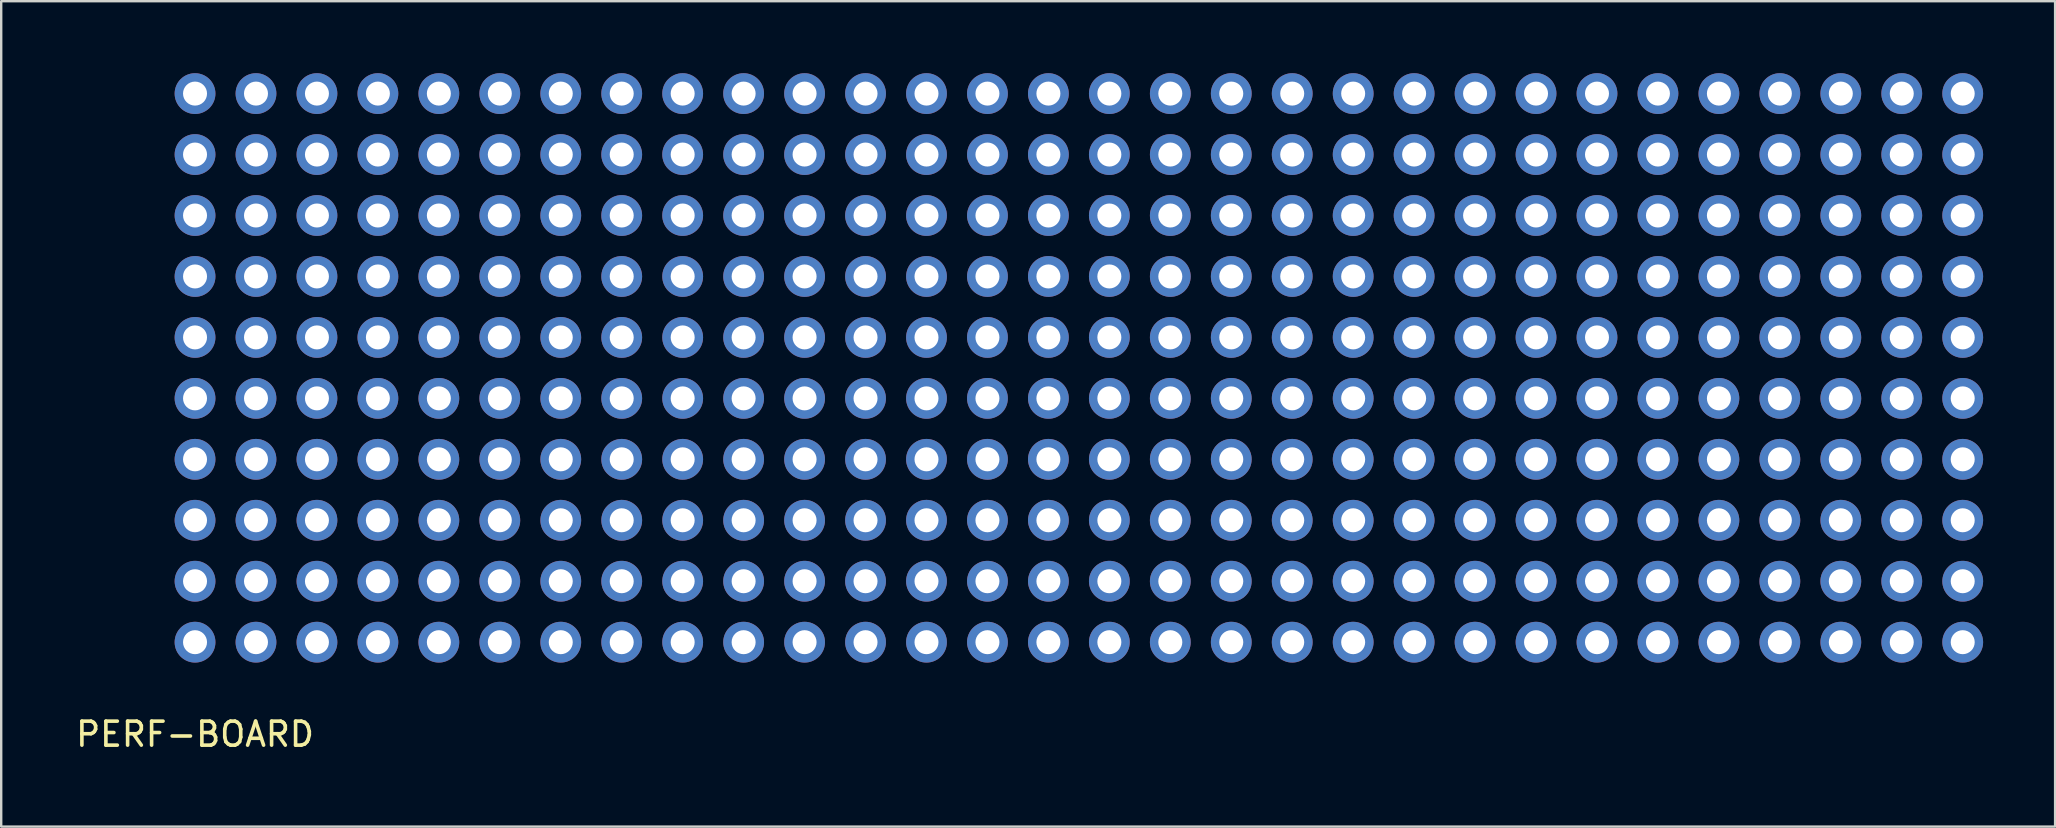
<source format=kicad_pcb>
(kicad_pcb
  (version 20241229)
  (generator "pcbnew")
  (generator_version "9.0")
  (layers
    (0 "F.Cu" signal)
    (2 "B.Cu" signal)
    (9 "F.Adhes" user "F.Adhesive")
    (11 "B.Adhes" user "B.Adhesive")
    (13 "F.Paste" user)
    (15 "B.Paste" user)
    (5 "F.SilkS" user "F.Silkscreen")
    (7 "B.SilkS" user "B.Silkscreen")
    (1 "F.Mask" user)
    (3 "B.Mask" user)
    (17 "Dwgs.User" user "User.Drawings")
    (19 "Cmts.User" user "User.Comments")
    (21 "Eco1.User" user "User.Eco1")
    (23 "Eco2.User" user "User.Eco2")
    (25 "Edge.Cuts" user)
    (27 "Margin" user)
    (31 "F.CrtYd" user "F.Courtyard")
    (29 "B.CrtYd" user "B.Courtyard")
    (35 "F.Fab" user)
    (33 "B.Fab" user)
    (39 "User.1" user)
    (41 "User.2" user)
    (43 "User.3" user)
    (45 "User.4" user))
  (footprint "PERF-BOARD"
    (layer "F.Cu")
    (at 5.077 0.85)
    (property "Reference" "PERF-BOARD" (at 0 26.695 0) (layer "F.SilkS") (effects (font (size 1 1) (thickness 0.15))))
    (attr through_hole)
    (pad "1" thru_hole oval (at 0 0) (size 1.7 1.7) (drill oval 1) (layers "*.Cu" "*.Mask"))
    (pad "12" thru_hole oval (at 0 2.54) (size 1.7 1.7) (drill oval 1) (layers "*.Cu" "*.Mask"))
    (pad "13" thru_hole oval (at 0 5.08) (size 1.7 1.7) (drill oval 1) (layers "*.Cu" "*.Mask"))
    (pad "14" thru_hole oval (at 0 7.62) (size 1.7 1.7) (drill oval 1) (layers "*.Cu" "*.Mask"))
    (pad "15" thru_hole oval (at 0 10.16) (size 1.7 1.7) (drill oval 1) (layers "*.Cu" "*.Mask"))
    (pad "16" thru_hole oval (at 0 12.7) (size 1.7 1.7) (drill oval 1) (layers "*.Cu" "*.Mask"))
    (pad "17" thru_hole oval (at 0 15.24) (size 1.7 1.7) (drill oval 1) (layers "*.Cu" "*.Mask"))
    (pad "18" thru_hole oval (at 0 17.78) (size 1.7 1.7) (drill oval 1) (layers "*.Cu" "*.Mask"))
    (pad "19" thru_hole oval (at 0 20.32) (size 1.7 1.7) (drill oval 1) (layers "*.Cu" "*.Mask"))
    (pad "21" thru_hole oval (at 2.54 0) (size 1.7 1.7) (drill oval 1) (layers "*.Cu" "*.Mask"))
    (pad "22" thru_hole oval (at 2.54 2.54) (size 1.7 1.7) (drill oval 1) (layers "*.Cu" "*.Mask"))
    (pad "23" thru_hole oval (at 2.54 5.08) (size 1.7 1.7) (drill oval 1) (layers "*.Cu" "*.Mask"))
    (pad "24" thru_hole oval (at 2.54 7.62) (size 1.7 1.7) (drill oval 1) (layers "*.Cu" "*.Mask"))
    (pad "25" thru_hole oval (at 2.54 10.16) (size 1.7 1.7) (drill oval 1) (layers "*.Cu" "*.Mask"))
    (pad "26" thru_hole oval (at 2.54 12.7) (size 1.7 1.7) (drill oval 1) (layers "*.Cu" "*.Mask"))
    (pad "27" thru_hole oval (at 2.54 15.24) (size 1.7 1.7) (drill oval 1) (layers "*.Cu" "*.Mask"))
    (pad "28" thru_hole oval (at 2.54 17.78) (size 1.7 1.7) (drill oval 1) (layers "*.Cu" "*.Mask"))
    (pad "29" thru_hole oval (at 2.54 20.32) (size 1.7 1.7) (drill oval 1) (layers "*.Cu" "*.Mask"))
    (pad "31" thru_hole oval (at 5.08 0) (size 1.7 1.7) (drill oval 1) (layers "*.Cu" "*.Mask"))
    (pad "32" thru_hole oval (at 5.08 2.54) (size 1.7 1.7) (drill oval 1) (layers "*.Cu" "*.Mask"))
    (pad "33" thru_hole oval (at 5.08 5.08) (size 1.7 1.7) (drill oval 1) (layers "*.Cu" "*.Mask"))
    (pad "34" thru_hole oval (at 5.08 7.62) (size 1.7 1.7) (drill oval 1) (layers "*.Cu" "*.Mask"))
    (pad "35" thru_hole oval (at 5.08 10.16) (size 1.7 1.7) (drill oval 1) (layers "*.Cu" "*.Mask"))
    (pad "36" thru_hole oval (at 5.08 12.7) (size 1.7 1.7) (drill oval 1) (layers "*.Cu" "*.Mask"))
    (pad "37" thru_hole oval (at 5.08 15.24) (size 1.7 1.7) (drill oval 1) (layers "*.Cu" "*.Mask"))
    (pad "38" thru_hole oval (at 5.08 17.78) (size 1.7 1.7) (drill oval 1) (layers "*.Cu" "*.Mask"))
    (pad "39" thru_hole oval (at 5.08 20.32) (size 1.7 1.7) (drill oval 1) (layers "*.Cu" "*.Mask"))
    (pad "41" thru_hole oval (at 7.62 0) (size 1.7 1.7) (drill oval 1) (layers "*.Cu" "*.Mask"))
    (pad "42" thru_hole oval (at 7.62 2.54) (size 1.7 1.7) (drill oval 1) (layers "*.Cu" "*.Mask"))
    (pad "43" thru_hole oval (at 7.62 5.08) (size 1.7 1.7) (drill oval 1) (layers "*.Cu" "*.Mask"))
    (pad "44" thru_hole oval (at 7.62 7.62) (size 1.7 1.7) (drill oval 1) (layers "*.Cu" "*.Mask"))
    (pad "45" thru_hole oval (at 7.62 10.16) (size 1.7 1.7) (drill oval 1) (layers "*.Cu" "*.Mask"))
    (pad "46" thru_hole oval (at 7.62 12.7) (size 1.7 1.7) (drill oval 1) (layers "*.Cu" "*.Mask"))
    (pad "47" thru_hole oval (at 7.62 15.24) (size 1.7 1.7) (drill oval 1) (layers "*.Cu" "*.Mask"))
    (pad "48" thru_hole oval (at 7.62 17.78) (size 1.7 1.7) (drill oval 1) (layers "*.Cu" "*.Mask"))
    (pad "49" thru_hole oval (at 7.62 20.32) (size 1.7 1.7) (drill oval 1) (layers "*.Cu" "*.Mask"))
    (pad "51" thru_hole oval (at 10.16 0) (size 1.7 1.7) (drill oval 1) (layers "*.Cu" "*.Mask"))
    (pad "52" thru_hole oval (at 10.16 2.54) (size 1.7 1.7) (drill oval 1) (layers "*.Cu" "*.Mask"))
    (pad "53" thru_hole oval (at 10.16 5.08) (size 1.7 1.7) (drill oval 1) (layers "*.Cu" "*.Mask"))
    (pad "54" thru_hole oval (at 10.16 7.62) (size 1.7 1.7) (drill oval 1) (layers "*.Cu" "*.Mask"))
    (pad "55" thru_hole oval (at 10.16 10.16) (size 1.7 1.7) (drill oval 1) (layers "*.Cu" "*.Mask"))
    (pad "56" thru_hole oval (at 10.16 12.7) (size 1.7 1.7) (drill oval 1) (layers "*.Cu" "*.Mask"))
    (pad "57" thru_hole oval (at 10.16 15.24) (size 1.7 1.7) (drill oval 1) (layers "*.Cu" "*.Mask"))
    (pad "58" thru_hole oval (at 10.16 17.78) (size 1.7 1.7) (drill oval 1) (layers "*.Cu" "*.Mask"))
    (pad "59" thru_hole oval (at 10.16 20.32) (size 1.7 1.7) (drill oval 1) (layers "*.Cu" "*.Mask"))
    (pad "61" thru_hole oval (at 12.7 0) (size 1.7 1.7) (drill oval 1) (layers "*.Cu" "*.Mask"))
    (pad "62" thru_hole oval (at 12.7 2.54) (size 1.7 1.7) (drill oval 1) (layers "*.Cu" "*.Mask"))
    (pad "63" thru_hole oval (at 12.7 5.08) (size 1.7 1.7) (drill oval 1) (layers "*.Cu" "*.Mask"))
    (pad "64" thru_hole oval (at 12.7 7.62) (size 1.7 1.7) (drill oval 1) (layers "*.Cu" "*.Mask"))
    (pad "65" thru_hole oval (at 12.7 10.16) (size 1.7 1.7) (drill oval 1) (layers "*.Cu" "*.Mask"))
    (pad "66" thru_hole oval (at 12.7 12.7) (size 1.7 1.7) (drill oval 1) (layers "*.Cu" "*.Mask"))
    (pad "67" thru_hole oval (at 12.7 15.24) (size 1.7 1.7) (drill oval 1) (layers "*.Cu" "*.Mask"))
    (pad "68" thru_hole oval (at 12.7 17.78) (size 1.7 1.7) (drill oval 1) (layers "*.Cu" "*.Mask"))
    (pad "69" thru_hole oval (at 12.7 20.32) (size 1.7 1.7) (drill oval 1) (layers "*.Cu" "*.Mask"))
    (pad "71" thru_hole oval (at 15.24 0) (size 1.7 1.7) (drill oval 1) (layers "*.Cu" "*.Mask"))
    (pad "72" thru_hole oval (at 15.24 2.54) (size 1.7 1.7) (drill oval 1) (layers "*.Cu" "*.Mask"))
    (pad "73" thru_hole oval (at 15.24 5.08) (size 1.7 1.7) (drill oval 1) (layers "*.Cu" "*.Mask"))
    (pad "74" thru_hole oval (at 15.24 7.62) (size 1.7 1.7) (drill oval 1) (layers "*.Cu" "*.Mask"))
    (pad "75" thru_hole oval (at 15.24 10.16) (size 1.7 1.7) (drill oval 1) (layers "*.Cu" "*.Mask"))
    (pad "76" thru_hole oval (at 15.24 12.7) (size 1.7 1.7) (drill oval 1) (layers "*.Cu" "*.Mask"))
    (pad "77" thru_hole oval (at 15.24 15.24) (size 1.7 1.7) (drill oval 1) (layers "*.Cu" "*.Mask"))
    (pad "78" thru_hole oval (at 15.24 17.78) (size 1.7 1.7) (drill oval 1) (layers "*.Cu" "*.Mask"))
    (pad "79" thru_hole oval (at 15.24 20.32) (size 1.7 1.7) (drill oval 1) (layers "*.Cu" "*.Mask"))
    (pad "81" thru_hole oval (at 17.78 0) (size 1.7 1.7) (drill oval 1) (layers "*.Cu" "*.Mask"))
    (pad "82" thru_hole oval (at 17.78 2.54) (size 1.7 1.7) (drill oval 1) (layers "*.Cu" "*.Mask"))
    (pad "83" thru_hole oval (at 17.78 5.08) (size 1.7 1.7) (drill oval 1) (layers "*.Cu" "*.Mask"))
    (pad "84" thru_hole oval (at 17.78 7.62) (size 1.7 1.7) (drill oval 1) (layers "*.Cu" "*.Mask"))
    (pad "85" thru_hole oval (at 17.78 10.16) (size 1.7 1.7) (drill oval 1) (layers "*.Cu" "*.Mask"))
    (pad "86" thru_hole oval (at 17.78 12.7) (size 1.7 1.7) (drill oval 1) (layers "*.Cu" "*.Mask"))
    (pad "87" thru_hole oval (at 17.78 15.24) (size 1.7 1.7) (drill oval 1) (layers "*.Cu" "*.Mask"))
    (pad "88" thru_hole oval (at 17.78 17.78) (size 1.7 1.7) (drill oval 1) (layers "*.Cu" "*.Mask"))
    (pad "89" thru_hole oval (at 17.78 20.32) (size 1.7 1.7) (drill oval 1) (layers "*.Cu" "*.Mask"))
    (pad "91" thru_hole oval (at 20.32 0) (size 1.7 1.7) (drill oval 1) (layers "*.Cu" "*.Mask"))
    (pad "92" thru_hole oval (at 20.32 2.54) (size 1.7 1.7) (drill oval 1) (layers "*.Cu" "*.Mask"))
    (pad "93" thru_hole oval (at 20.32 5.08) (size 1.7 1.7) (drill oval 1) (layers "*.Cu" "*.Mask"))
    (pad "94" thru_hole oval (at 20.32 7.62) (size 1.7 1.7) (drill oval 1) (layers "*.Cu" "*.Mask"))
    (pad "95" thru_hole oval (at 20.32 10.16) (size 1.7 1.7) (drill oval 1) (layers "*.Cu" "*.Mask"))
    (pad "96" thru_hole oval (at 20.32 12.7) (size 1.7 1.7) (drill oval 1) (layers "*.Cu" "*.Mask"))
    (pad "97" thru_hole oval (at 20.32 15.24) (size 1.7 1.7) (drill oval 1) (layers "*.Cu" "*.Mask"))
    (pad "98" thru_hole oval (at 20.32 17.78) (size 1.7 1.7) (drill oval 1) (layers "*.Cu" "*.Mask"))
    (pad "99" thru_hole oval (at 20.32 20.32) (size 1.7 1.7) (drill oval 1) (layers "*.Cu" "*.Mask"))
    (pad "101" thru_hole oval (at 22.86 0) (size 1.7 1.7) (drill oval 1) (layers "*.Cu" "*.Mask"))
    (pad "102" thru_hole oval (at 22.86 2.54) (size 1.7 1.7) (drill oval 1) (layers "*.Cu" "*.Mask"))
    (pad "103" thru_hole oval (at 22.86 5.08) (size 1.7 1.7) (drill oval 1) (layers "*.Cu" "*.Mask"))
    (pad "104" thru_hole oval (at 22.86 7.62) (size 1.7 1.7) (drill oval 1) (layers "*.Cu" "*.Mask"))
    (pad "105" thru_hole oval (at 22.86 10.16) (size 1.7 1.7) (drill oval 1) (layers "*.Cu" "*.Mask"))
    (pad "106" thru_hole oval (at 22.86 12.7) (size 1.7 1.7) (drill oval 1) (layers "*.Cu" "*.Mask"))
    (pad "107" thru_hole oval (at 22.86 15.24) (size 1.7 1.7) (drill oval 1) (layers "*.Cu" "*.Mask"))
    (pad "108" thru_hole oval (at 22.86 17.78) (size 1.7 1.7) (drill oval 1) (layers "*.Cu" "*.Mask"))
    (pad "109" thru_hole oval (at 22.86 20.32) (size 1.7 1.7) (drill oval 1) (layers "*.Cu" "*.Mask"))
    (pad "110" thru_hole oval (at 0 22.86) (size 1.7 1.7) (drill oval 1) (layers "*.Cu" "*.Mask"))
    (pad "111" thru_hole oval (at 25.4 0) (size 1.7 1.7) (drill oval 1) (layers "*.Cu" "*.Mask"))
    (pad "112" thru_hole oval (at 25.4 2.54) (size 1.7 1.7) (drill oval 1) (layers "*.Cu" "*.Mask"))
    (pad "113" thru_hole oval (at 25.4 5.08) (size 1.7 1.7) (drill oval 1) (layers "*.Cu" "*.Mask"))
    (pad "114" thru_hole oval (at 25.4 7.62) (size 1.7 1.7) (drill oval 1) (layers "*.Cu" "*.Mask"))
    (pad "115" thru_hole oval (at 25.4 10.16) (size 1.7 1.7) (drill oval 1) (layers "*.Cu" "*.Mask"))
    (pad "116" thru_hole oval (at 25.4 12.7) (size 1.7 1.7) (drill oval 1) (layers "*.Cu" "*.Mask"))
    (pad "117" thru_hole oval (at 25.4 15.24) (size 1.7 1.7) (drill oval 1) (layers "*.Cu" "*.Mask"))
    (pad "118" thru_hole oval (at 25.4 17.78) (size 1.7 1.7) (drill oval 1) (layers "*.Cu" "*.Mask"))
    (pad "119" thru_hole oval (at 25.4 20.32) (size 1.7 1.7) (drill oval 1) (layers "*.Cu" "*.Mask"))
    (pad "121" thru_hole oval (at 27.94 0) (size 1.7 1.7) (drill oval 1) (layers "*.Cu" "*.Mask"))
    (pad "122" thru_hole oval (at 27.94 2.54) (size 1.7 1.7) (drill oval 1) (layers "*.Cu" "*.Mask"))
    (pad "123" thru_hole oval (at 27.94 5.08) (size 1.7 1.7) (drill oval 1) (layers "*.Cu" "*.Mask"))
    (pad "124" thru_hole oval (at 27.94 7.62) (size 1.7 1.7) (drill oval 1) (layers "*.Cu" "*.Mask"))
    (pad "125" thru_hole oval (at 27.94 10.16) (size 1.7 1.7) (drill oval 1) (layers "*.Cu" "*.Mask"))
    (pad "126" thru_hole oval (at 27.94 12.7) (size 1.7 1.7) (drill oval 1) (layers "*.Cu" "*.Mask"))
    (pad "127" thru_hole oval (at 27.94 15.24) (size 1.7 1.7) (drill oval 1) (layers "*.Cu" "*.Mask"))
    (pad "128" thru_hole oval (at 27.94 17.78) (size 1.7 1.7) (drill oval 1) (layers "*.Cu" "*.Mask"))
    (pad "129" thru_hole oval (at 27.94 20.32) (size 1.7 1.7) (drill oval 1) (layers "*.Cu" "*.Mask"))
    (pad "131" thru_hole oval (at 30.48 0) (size 1.7 1.7) (drill oval 1) (layers "*.Cu" "*.Mask"))
    (pad "132" thru_hole oval (at 30.48 2.54) (size 1.7 1.7) (drill oval 1) (layers "*.Cu" "*.Mask"))
    (pad "133" thru_hole oval (at 30.48 5.08) (size 1.7 1.7) (drill oval 1) (layers "*.Cu" "*.Mask"))
    (pad "134" thru_hole oval (at 30.48 7.62) (size 1.7 1.7) (drill oval 1) (layers "*.Cu" "*.Mask"))
    (pad "135" thru_hole oval (at 30.48 10.16) (size 1.7 1.7) (drill oval 1) (layers "*.Cu" "*.Mask"))
    (pad "136" thru_hole oval (at 30.48 12.7) (size 1.7 1.7) (drill oval 1) (layers "*.Cu" "*.Mask"))
    (pad "137" thru_hole oval (at 30.48 15.24) (size 1.7 1.7) (drill oval 1) (layers "*.Cu" "*.Mask"))
    (pad "138" thru_hole oval (at 30.48 17.78) (size 1.7 1.7) (drill oval 1) (layers "*.Cu" "*.Mask"))
    (pad "139" thru_hole oval (at 30.48 20.32) (size 1.7 1.7) (drill oval 1) (layers "*.Cu" "*.Mask"))
    (pad "141" thru_hole oval (at 33.02 0) (size 1.7 1.7) (drill oval 1) (layers "*.Cu" "*.Mask"))
    (pad "142" thru_hole oval (at 33.02 2.54) (size 1.7 1.7) (drill oval 1) (layers "*.Cu" "*.Mask"))
    (pad "143" thru_hole oval (at 33.02 5.08) (size 1.7 1.7) (drill oval 1) (layers "*.Cu" "*.Mask"))
    (pad "144" thru_hole oval (at 33.02 7.62) (size 1.7 1.7) (drill oval 1) (layers "*.Cu" "*.Mask"))
    (pad "145" thru_hole oval (at 33.02 10.16) (size 1.7 1.7) (drill oval 1) (layers "*.Cu" "*.Mask"))
    (pad "146" thru_hole oval (at 33.02 12.7) (size 1.7 1.7) (drill oval 1) (layers "*.Cu" "*.Mask"))
    (pad "147" thru_hole oval (at 33.02 15.24) (size 1.7 1.7) (drill oval 1) (layers "*.Cu" "*.Mask"))
    (pad "148" thru_hole oval (at 33.02 17.78) (size 1.7 1.7) (drill oval 1) (layers "*.Cu" "*.Mask"))
    (pad "149" thru_hole oval (at 33.02 20.32) (size 1.7 1.7) (drill oval 1) (layers "*.Cu" "*.Mask"))
    (pad "151" thru_hole oval (at 35.56 0) (size 1.7 1.7) (drill oval 1) (layers "*.Cu" "*.Mask"))
    (pad "152" thru_hole oval (at 35.56 2.54) (size 1.7 1.7) (drill oval 1) (layers "*.Cu" "*.Mask"))
    (pad "153" thru_hole oval (at 35.56 5.08) (size 1.7 1.7) (drill oval 1) (layers "*.Cu" "*.Mask"))
    (pad "154" thru_hole oval (at 35.56 7.62) (size 1.7 1.7) (drill oval 1) (layers "*.Cu" "*.Mask"))
    (pad "155" thru_hole oval (at 35.56 10.16) (size 1.7 1.7) (drill oval 1) (layers "*.Cu" "*.Mask"))
    (pad "156" thru_hole oval (at 35.56 12.7) (size 1.7 1.7) (drill oval 1) (layers "*.Cu" "*.Mask"))
    (pad "157" thru_hole oval (at 35.56 15.24) (size 1.7 1.7) (drill oval 1) (layers "*.Cu" "*.Mask"))
    (pad "158" thru_hole oval (at 35.56 17.78) (size 1.7 1.7) (drill oval 1) (layers "*.Cu" "*.Mask"))
    (pad "159" thru_hole oval (at 35.56 20.32) (size 1.7 1.7) (drill oval 1) (layers "*.Cu" "*.Mask"))
    (pad "161" thru_hole oval (at 38.1 0) (size 1.7 1.7) (drill oval 1) (layers "*.Cu" "*.Mask"))
    (pad "162" thru_hole oval (at 38.1 2.54) (size 1.7 1.7) (drill oval 1) (layers "*.Cu" "*.Mask"))
    (pad "163" thru_hole oval (at 38.1 5.08) (size 1.7 1.7) (drill oval 1) (layers "*.Cu" "*.Mask"))
    (pad "164" thru_hole oval (at 38.1 7.62) (size 1.7 1.7) (drill oval 1) (layers "*.Cu" "*.Mask"))
    (pad "165" thru_hole oval (at 38.1 10.16) (size 1.7 1.7) (drill oval 1) (layers "*.Cu" "*.Mask"))
    (pad "166" thru_hole oval (at 38.1 12.7) (size 1.7 1.7) (drill oval 1) (layers "*.Cu" "*.Mask"))
    (pad "167" thru_hole oval (at 38.1 15.24) (size 1.7 1.7) (drill oval 1) (layers "*.Cu" "*.Mask"))
    (pad "168" thru_hole oval (at 38.1 17.78) (size 1.7 1.7) (drill oval 1) (layers "*.Cu" "*.Mask"))
    (pad "169" thru_hole oval (at 38.1 20.32) (size 1.7 1.7) (drill oval 1) (layers "*.Cu" "*.Mask"))
    (pad "171" thru_hole oval (at 40.64 0) (size 1.7 1.7) (drill oval 1) (layers "*.Cu" "*.Mask"))
    (pad "172" thru_hole oval (at 40.64 2.54) (size 1.7 1.7) (drill oval 1) (layers "*.Cu" "*.Mask"))
    (pad "173" thru_hole oval (at 40.64 5.08) (size 1.7 1.7) (drill oval 1) (layers "*.Cu" "*.Mask"))
    (pad "174" thru_hole oval (at 40.64 7.62) (size 1.7 1.7) (drill oval 1) (layers "*.Cu" "*.Mask"))
    (pad "175" thru_hole oval (at 40.64 10.16) (size 1.7 1.7) (drill oval 1) (layers "*.Cu" "*.Mask"))
    (pad "176" thru_hole oval (at 40.64 12.7) (size 1.7 1.7) (drill oval 1) (layers "*.Cu" "*.Mask"))
    (pad "177" thru_hole oval (at 40.64 15.24) (size 1.7 1.7) (drill oval 1) (layers "*.Cu" "*.Mask"))
    (pad "178" thru_hole oval (at 40.64 17.78) (size 1.7 1.7) (drill oval 1) (layers "*.Cu" "*.Mask"))
    (pad "179" thru_hole oval (at 40.64 20.32) (size 1.7 1.7) (drill oval 1) (layers "*.Cu" "*.Mask"))
    (pad "181" thru_hole oval (at 43.18 0) (size 1.7 1.7) (drill oval 1) (layers "*.Cu" "*.Mask"))
    (pad "182" thru_hole oval (at 43.18 2.54) (size 1.7 1.7) (drill oval 1) (layers "*.Cu" "*.Mask"))
    (pad "183" thru_hole oval (at 43.18 5.08) (size 1.7 1.7) (drill oval 1) (layers "*.Cu" "*.Mask"))
    (pad "184" thru_hole oval (at 43.18 7.62) (size 1.7 1.7) (drill oval 1) (layers "*.Cu" "*.Mask"))
    (pad "185" thru_hole oval (at 43.18 10.16) (size 1.7 1.7) (drill oval 1) (layers "*.Cu" "*.Mask"))
    (pad "186" thru_hole oval (at 43.18 12.7) (size 1.7 1.7) (drill oval 1) (layers "*.Cu" "*.Mask"))
    (pad "187" thru_hole oval (at 43.18 15.24) (size 1.7 1.7) (drill oval 1) (layers "*.Cu" "*.Mask"))
    (pad "188" thru_hole oval (at 43.18 17.78) (size 1.7 1.7) (drill oval 1) (layers "*.Cu" "*.Mask"))
    (pad "189" thru_hole oval (at 43.18 20.32) (size 1.7 1.7) (drill oval 1) (layers "*.Cu" "*.Mask"))
    (pad "191" thru_hole oval (at 45.72 0) (size 1.7 1.7) (drill oval 1) (layers "*.Cu" "*.Mask"))
    (pad "192" thru_hole oval (at 45.72 2.54) (size 1.7 1.7) (drill oval 1) (layers "*.Cu" "*.Mask"))
    (pad "193" thru_hole oval (at 45.72 5.08) (size 1.7 1.7) (drill oval 1) (layers "*.Cu" "*.Mask"))
    (pad "194" thru_hole oval (at 45.72 7.62) (size 1.7 1.7) (drill oval 1) (layers "*.Cu" "*.Mask"))
    (pad "195" thru_hole oval (at 45.72 10.16) (size 1.7 1.7) (drill oval 1) (layers "*.Cu" "*.Mask"))
    (pad "196" thru_hole oval (at 45.72 12.7) (size 1.7 1.7) (drill oval 1) (layers "*.Cu" "*.Mask"))
    (pad "197" thru_hole oval (at 45.72 15.24) (size 1.7 1.7) (drill oval 1) (layers "*.Cu" "*.Mask"))
    (pad "198" thru_hole oval (at 45.72 17.78) (size 1.7 1.7) (drill oval 1) (layers "*.Cu" "*.Mask"))
    (pad "199" thru_hole oval (at 45.72 20.32) (size 1.7 1.7) (drill oval 1) (layers "*.Cu" "*.Mask"))
    (pad "201" thru_hole oval (at 48.26 0) (size 1.7 1.7) (drill oval 1) (layers "*.Cu" "*.Mask"))
    (pad "202" thru_hole oval (at 48.26 2.54) (size 1.7 1.7) (drill oval 1) (layers "*.Cu" "*.Mask"))
    (pad "203" thru_hole oval (at 48.26 5.08) (size 1.7 1.7) (drill oval 1) (layers "*.Cu" "*.Mask"))
    (pad "204" thru_hole oval (at 48.26 7.62) (size 1.7 1.7) (drill oval 1) (layers "*.Cu" "*.Mask"))
    (pad "205" thru_hole oval (at 48.26 10.16) (size 1.7 1.7) (drill oval 1) (layers "*.Cu" "*.Mask"))
    (pad "206" thru_hole oval (at 48.26 12.7) (size 1.7 1.7) (drill oval 1) (layers "*.Cu" "*.Mask"))
    (pad "207" thru_hole oval (at 48.26 15.24) (size 1.7 1.7) (drill oval 1) (layers "*.Cu" "*.Mask"))
    (pad "208" thru_hole oval (at 48.26 17.78) (size 1.7 1.7) (drill oval 1) (layers "*.Cu" "*.Mask"))
    (pad "209" thru_hole oval (at 48.26 20.32) (size 1.7 1.7) (drill oval 1) (layers "*.Cu" "*.Mask"))
    (pad "210" thru_hole oval (at 2.54 22.86) (size 1.7 1.7) (drill oval 1) (layers "*.Cu" "*.Mask"))
    (pad "211" thru_hole oval (at 50.8 0) (size 1.7 1.7) (drill oval 1) (layers "*.Cu" "*.Mask"))
    (pad "212" thru_hole oval (at 50.8 2.54) (size 1.7 1.7) (drill oval 1) (layers "*.Cu" "*.Mask"))
    (pad "213" thru_hole oval (at 50.8 5.08) (size 1.7 1.7) (drill oval 1) (layers "*.Cu" "*.Mask"))
    (pad "214" thru_hole oval (at 50.8 7.62) (size 1.7 1.7) (drill oval 1) (layers "*.Cu" "*.Mask"))
    (pad "215" thru_hole oval (at 50.8 10.16) (size 1.7 1.7) (drill oval 1) (layers "*.Cu" "*.Mask"))
    (pad "216" thru_hole oval (at 50.8 12.7) (size 1.7 1.7) (drill oval 1) (layers "*.Cu" "*.Mask"))
    (pad "217" thru_hole oval (at 50.8 15.24) (size 1.7 1.7) (drill oval 1) (layers "*.Cu" "*.Mask"))
    (pad "218" thru_hole oval (at 50.8 17.78) (size 1.7 1.7) (drill oval 1) (layers "*.Cu" "*.Mask"))
    (pad "219" thru_hole oval (at 50.8 20.32) (size 1.7 1.7) (drill oval 1) (layers "*.Cu" "*.Mask"))
    (pad "221" thru_hole oval (at 53.34 0) (size 1.7 1.7) (drill oval 1) (layers "*.Cu" "*.Mask"))
    (pad "222" thru_hole oval (at 53.34 2.54) (size 1.7 1.7) (drill oval 1) (layers "*.Cu" "*.Mask"))
    (pad "223" thru_hole oval (at 53.34 5.08) (size 1.7 1.7) (drill oval 1) (layers "*.Cu" "*.Mask"))
    (pad "224" thru_hole oval (at 53.34 7.62) (size 1.7 1.7) (drill oval 1) (layers "*.Cu" "*.Mask"))
    (pad "225" thru_hole oval (at 53.34 10.16) (size 1.7 1.7) (drill oval 1) (layers "*.Cu" "*.Mask"))
    (pad "226" thru_hole oval (at 53.34 12.7) (size 1.7 1.7) (drill oval 1) (layers "*.Cu" "*.Mask"))
    (pad "227" thru_hole oval (at 53.34 15.24) (size 1.7 1.7) (drill oval 1) (layers "*.Cu" "*.Mask"))
    (pad "228" thru_hole oval (at 53.34 17.78) (size 1.7 1.7) (drill oval 1) (layers "*.Cu" "*.Mask"))
    (pad "229" thru_hole oval (at 53.34 20.32) (size 1.7 1.7) (drill oval 1) (layers "*.Cu" "*.Mask"))
    (pad "231" thru_hole oval (at 55.88 0) (size 1.7 1.7) (drill oval 1) (layers "*.Cu" "*.Mask"))
    (pad "232" thru_hole oval (at 55.88 2.54) (size 1.7 1.7) (drill oval 1) (layers "*.Cu" "*.Mask"))
    (pad "233" thru_hole oval (at 55.88 5.08) (size 1.7 1.7) (drill oval 1) (layers "*.Cu" "*.Mask"))
    (pad "234" thru_hole oval (at 55.88 7.62) (size 1.7 1.7) (drill oval 1) (layers "*.Cu" "*.Mask"))
    (pad "235" thru_hole oval (at 55.88 10.16) (size 1.7 1.7) (drill oval 1) (layers "*.Cu" "*.Mask"))
    (pad "236" thru_hole oval (at 55.88 12.7) (size 1.7 1.7) (drill oval 1) (layers "*.Cu" "*.Mask"))
    (pad "237" thru_hole oval (at 55.88 15.24) (size 1.7 1.7) (drill oval 1) (layers "*.Cu" "*.Mask"))
    (pad "238" thru_hole oval (at 55.88 17.78) (size 1.7 1.7) (drill oval 1) (layers "*.Cu" "*.Mask"))
    (pad "239" thru_hole oval (at 55.88 20.32) (size 1.7 1.7) (drill oval 1) (layers "*.Cu" "*.Mask"))
    (pad "241" thru_hole oval (at 58.42 0) (size 1.7 1.7) (drill oval 1) (layers "*.Cu" "*.Mask"))
    (pad "242" thru_hole oval (at 58.42 2.54) (size 1.7 1.7) (drill oval 1) (layers "*.Cu" "*.Mask"))
    (pad "243" thru_hole oval (at 58.42 5.08) (size 1.7 1.7) (drill oval 1) (layers "*.Cu" "*.Mask"))
    (pad "244" thru_hole oval (at 58.42 7.62) (size 1.7 1.7) (drill oval 1) (layers "*.Cu" "*.Mask"))
    (pad "245" thru_hole oval (at 58.42 10.16) (size 1.7 1.7) (drill oval 1) (layers "*.Cu" "*.Mask"))
    (pad "246" thru_hole oval (at 58.42 12.7) (size 1.7 1.7) (drill oval 1) (layers "*.Cu" "*.Mask"))
    (pad "247" thru_hole oval (at 58.42 15.24) (size 1.7 1.7) (drill oval 1) (layers "*.Cu" "*.Mask"))
    (pad "248" thru_hole oval (at 58.42 17.78) (size 1.7 1.7) (drill oval 1) (layers "*.Cu" "*.Mask"))
    (pad "249" thru_hole oval (at 58.42 20.32) (size 1.7 1.7) (drill oval 1) (layers "*.Cu" "*.Mask"))
    (pad "251" thru_hole oval (at 60.96 0) (size 1.7 1.7) (drill oval 1) (layers "*.Cu" "*.Mask"))
    (pad "252" thru_hole oval (at 60.96 2.54) (size 1.7 1.7) (drill oval 1) (layers "*.Cu" "*.Mask"))
    (pad "253" thru_hole oval (at 60.96 5.08) (size 1.7 1.7) (drill oval 1) (layers "*.Cu" "*.Mask"))
    (pad "254" thru_hole oval (at 60.96 7.62) (size 1.7 1.7) (drill oval 1) (layers "*.Cu" "*.Mask"))
    (pad "255" thru_hole oval (at 60.96 10.16) (size 1.7 1.7) (drill oval 1) (layers "*.Cu" "*.Mask"))
    (pad "256" thru_hole oval (at 60.96 12.7) (size 1.7 1.7) (drill oval 1) (layers "*.Cu" "*.Mask"))
    (pad "257" thru_hole oval (at 60.96 15.24) (size 1.7 1.7) (drill oval 1) (layers "*.Cu" "*.Mask"))
    (pad "258" thru_hole oval (at 60.96 17.78) (size 1.7 1.7) (drill oval 1) (layers "*.Cu" "*.Mask"))
    (pad "259" thru_hole oval (at 60.96 20.32) (size 1.7 1.7) (drill oval 1) (layers "*.Cu" "*.Mask"))
    (pad "261" thru_hole oval (at 63.5 0) (size 1.7 1.7) (drill oval 1) (layers "*.Cu" "*.Mask"))
    (pad "262" thru_hole oval (at 63.5 2.54) (size 1.7 1.7) (drill oval 1) (layers "*.Cu" "*.Mask"))
    (pad "263" thru_hole oval (at 63.5 5.08) (size 1.7 1.7) (drill oval 1) (layers "*.Cu" "*.Mask"))
    (pad "264" thru_hole oval (at 63.5 7.62) (size 1.7 1.7) (drill oval 1) (layers "*.Cu" "*.Mask"))
    (pad "265" thru_hole oval (at 63.5 10.16) (size 1.7 1.7) (drill oval 1) (layers "*.Cu" "*.Mask"))
    (pad "266" thru_hole oval (at 63.5 12.7) (size 1.7 1.7) (drill oval 1) (layers "*.Cu" "*.Mask"))
    (pad "267" thru_hole oval (at 63.5 15.24) (size 1.7 1.7) (drill oval 1) (layers "*.Cu" "*.Mask"))
    (pad "268" thru_hole oval (at 63.5 17.78) (size 1.7 1.7) (drill oval 1) (layers "*.Cu" "*.Mask"))
    (pad "269" thru_hole oval (at 63.5 20.32) (size 1.7 1.7) (drill oval 1) (layers "*.Cu" "*.Mask"))
    (pad "271" thru_hole oval (at 66.04 0) (size 1.7 1.7) (drill oval 1) (layers "*.Cu" "*.Mask"))
    (pad "272" thru_hole oval (at 66.04 2.54) (size 1.7 1.7) (drill oval 1) (layers "*.Cu" "*.Mask"))
    (pad "273" thru_hole oval (at 66.04 5.08) (size 1.7 1.7) (drill oval 1) (layers "*.Cu" "*.Mask"))
    (pad "274" thru_hole oval (at 66.04 7.62) (size 1.7 1.7) (drill oval 1) (layers "*.Cu" "*.Mask"))
    (pad "275" thru_hole oval (at 66.04 10.16) (size 1.7 1.7) (drill oval 1) (layers "*.Cu" "*.Mask"))
    (pad "276" thru_hole oval (at 66.04 12.7) (size 1.7 1.7) (drill oval 1) (layers "*.Cu" "*.Mask"))
    (pad "277" thru_hole oval (at 66.04 15.24) (size 1.7 1.7) (drill oval 1) (layers "*.Cu" "*.Mask"))
    (pad "278" thru_hole oval (at 66.04 17.78) (size 1.7 1.7) (drill oval 1) (layers "*.Cu" "*.Mask"))
    (pad "279" thru_hole oval (at 66.04 20.32) (size 1.7 1.7) (drill oval 1) (layers "*.Cu" "*.Mask"))
    (pad "281" thru_hole oval (at 68.58 0) (size 1.7 1.7) (drill oval 1) (layers "*.Cu" "*.Mask"))
    (pad "282" thru_hole oval (at 68.58 2.54) (size 1.7 1.7) (drill oval 1) (layers "*.Cu" "*.Mask"))
    (pad "283" thru_hole oval (at 68.58 5.08) (size 1.7 1.7) (drill oval 1) (layers "*.Cu" "*.Mask"))
    (pad "284" thru_hole oval (at 68.58 7.62) (size 1.7 1.7) (drill oval 1) (layers "*.Cu" "*.Mask"))
    (pad "285" thru_hole oval (at 68.58 10.16) (size 1.7 1.7) (drill oval 1) (layers "*.Cu" "*.Mask"))
    (pad "286" thru_hole oval (at 68.58 12.7) (size 1.7 1.7) (drill oval 1) (layers "*.Cu" "*.Mask"))
    (pad "287" thru_hole oval (at 68.58 15.24) (size 1.7 1.7) (drill oval 1) (layers "*.Cu" "*.Mask"))
    (pad "288" thru_hole oval (at 68.58 17.78) (size 1.7 1.7) (drill oval 1) (layers "*.Cu" "*.Mask"))
    (pad "289" thru_hole oval (at 68.58 20.32) (size 1.7 1.7) (drill oval 1) (layers "*.Cu" "*.Mask"))
    (pad "291" thru_hole oval (at 71.12 0) (size 1.7 1.7) (drill oval 1) (layers "*.Cu" "*.Mask"))
    (pad "292" thru_hole oval (at 71.12 2.54) (size 1.7 1.7) (drill oval 1) (layers "*.Cu" "*.Mask"))
    (pad "293" thru_hole oval (at 71.12 5.08) (size 1.7 1.7) (drill oval 1) (layers "*.Cu" "*.Mask"))
    (pad "294" thru_hole oval (at 71.12 7.62) (size 1.7 1.7) (drill oval 1) (layers "*.Cu" "*.Mask"))
    (pad "295" thru_hole oval (at 71.12 10.16) (size 1.7 1.7) (drill oval 1) (layers "*.Cu" "*.Mask"))
    (pad "296" thru_hole oval (at 71.12 12.7) (size 1.7 1.7) (drill oval 1) (layers "*.Cu" "*.Mask"))
    (pad "297" thru_hole oval (at 71.12 15.24) (size 1.7 1.7) (drill oval 1) (layers "*.Cu" "*.Mask"))
    (pad "298" thru_hole oval (at 71.12 17.78) (size 1.7 1.7) (drill oval 1) (layers "*.Cu" "*.Mask"))
    (pad "299" thru_hole oval (at 71.12 20.32) (size 1.7 1.7) (drill oval 1) (layers "*.Cu" "*.Mask"))
    (pad "301" thru_hole oval (at 73.66 0) (size 1.7 1.7) (drill oval 1) (layers "*.Cu" "*.Mask"))
    (pad "302" thru_hole oval (at 73.66 2.54) (size 1.7 1.7) (drill oval 1) (layers "*.Cu" "*.Mask"))
    (pad "303" thru_hole oval (at 73.66 5.08) (size 1.7 1.7) (drill oval 1) (layers "*.Cu" "*.Mask"))
    (pad "304" thru_hole oval (at 73.66 7.62) (size 1.7 1.7) (drill oval 1) (layers "*.Cu" "*.Mask"))
    (pad "305" thru_hole oval (at 73.66 10.16) (size 1.7 1.7) (drill oval 1) (layers "*.Cu" "*.Mask"))
    (pad "306" thru_hole oval (at 73.66 12.7) (size 1.7 1.7) (drill oval 1) (layers "*.Cu" "*.Mask"))
    (pad "307" thru_hole oval (at 73.66 15.24) (size 1.7 1.7) (drill oval 1) (layers "*.Cu" "*.Mask"))
    (pad "308" thru_hole oval (at 73.66 17.78) (size 1.7 1.7) (drill oval 1) (layers "*.Cu" "*.Mask"))
    (pad "309" thru_hole oval (at 73.66 20.32) (size 1.7 1.7) (drill oval 1) (layers "*.Cu" "*.Mask"))
    (pad "310" thru_hole oval (at 5.08 22.86) (size 1.7 1.7) (drill oval 1) (layers "*.Cu" "*.Mask"))
    (pad "410" thru_hole oval (at 7.62 22.86) (size 1.7 1.7) (drill oval 1) (layers "*.Cu" "*.Mask"))
    (pad "510" thru_hole oval (at 10.16 22.86) (size 1.7 1.7) (drill oval 1) (layers "*.Cu" "*.Mask"))
    (pad "610" thru_hole oval (at 12.7 22.86) (size 1.7 1.7) (drill oval 1) (layers "*.Cu" "*.Mask"))
    (pad "710" thru_hole oval (at 15.24 22.86) (size 1.7 1.7) (drill oval 1) (layers "*.Cu" "*.Mask"))
    (pad "810" thru_hole oval (at 17.78 22.86) (size 1.7 1.7) (drill oval 1) (layers "*.Cu" "*.Mask"))
    (pad "910" thru_hole oval (at 20.32 22.86) (size 1.7 1.7) (drill oval 1) (layers "*.Cu" "*.Mask"))
    (pad "1010" thru_hole oval (at 22.86 22.86) (size 1.7 1.7) (drill oval 1) (layers "*.Cu" "*.Mask"))
    (pad "1110" thru_hole oval (at 25.4 22.86) (size 1.7 1.7) (drill oval 1) (layers "*.Cu" "*.Mask"))
    (pad "1210" thru_hole oval (at 27.94 22.86) (size 1.7 1.7) (drill oval 1) (layers "*.Cu" "*.Mask"))
    (pad "1310" thru_hole oval (at 30.48 22.86) (size 1.7 1.7) (drill oval 1) (layers "*.Cu" "*.Mask"))
    (pad "1410" thru_hole oval (at 33.02 22.86) (size 1.7 1.7) (drill oval 1) (layers "*.Cu" "*.Mask"))
    (pad "1510" thru_hole oval (at 35.56 22.86) (size 1.7 1.7) (drill oval 1) (layers "*.Cu" "*.Mask"))
    (pad "1610" thru_hole oval (at 38.1 22.86) (size 1.7 1.7) (drill oval 1) (layers "*.Cu" "*.Mask"))
    (pad "1710" thru_hole oval (at 40.64 22.86) (size 1.7 1.7) (drill oval 1) (layers "*.Cu" "*.Mask"))
    (pad "1810" thru_hole oval (at 43.18 22.86) (size 1.7 1.7) (drill oval 1) (layers "*.Cu" "*.Mask"))
    (pad "1910" thru_hole oval (at 45.72 22.86) (size 1.7 1.7) (drill oval 1) (layers "*.Cu" "*.Mask"))
    (pad "2010" thru_hole oval (at 48.26 22.86) (size 1.7 1.7) (drill oval 1) (layers "*.Cu" "*.Mask"))
    (pad "2110" thru_hole oval (at 50.8 22.86) (size 1.7 1.7) (drill oval 1) (layers "*.Cu" "*.Mask"))
    (pad "2210" thru_hole oval (at 53.34 22.86) (size 1.7 1.7) (drill oval 1) (layers "*.Cu" "*.Mask"))
    (pad "2310" thru_hole oval (at 55.88 22.86) (size 1.7 1.7) (drill oval 1) (layers "*.Cu" "*.Mask"))
    (pad "2410" thru_hole oval (at 58.42 22.86) (size 1.7 1.7) (drill oval 1) (layers "*.Cu" "*.Mask"))
    (pad "2510" thru_hole oval (at 60.96 22.86) (size 1.7 1.7) (drill oval 1) (layers "*.Cu" "*.Mask"))
    (pad "2610" thru_hole oval (at 63.5 22.86) (size 1.7 1.7) (drill oval 1) (layers "*.Cu" "*.Mask"))
    (pad "2710" thru_hole oval (at 66.04 22.86) (size 1.7 1.7) (drill oval 1) (layers "*.Cu" "*.Mask"))
    (pad "2810" thru_hole oval (at 68.58 22.86) (size 1.7 1.7) (drill oval 1) (layers "*.Cu" "*.Mask"))
    (pad "2910" thru_hole oval (at 71.12 22.86) (size 1.7 1.7) (drill oval 1) (layers "*.Cu" "*.Mask"))
    (pad "3010" thru_hole oval (at 73.66 22.86) (size 1.7 1.7) (drill oval 1) (layers "*.Cu" "*.Mask")))
  (gr_rect
    (start -3 -3)
    (end 82.587 31.394)
    (stroke (width 0.1) (type default))
    (fill no)
    (layer "Edge.Cuts")))
</source>
